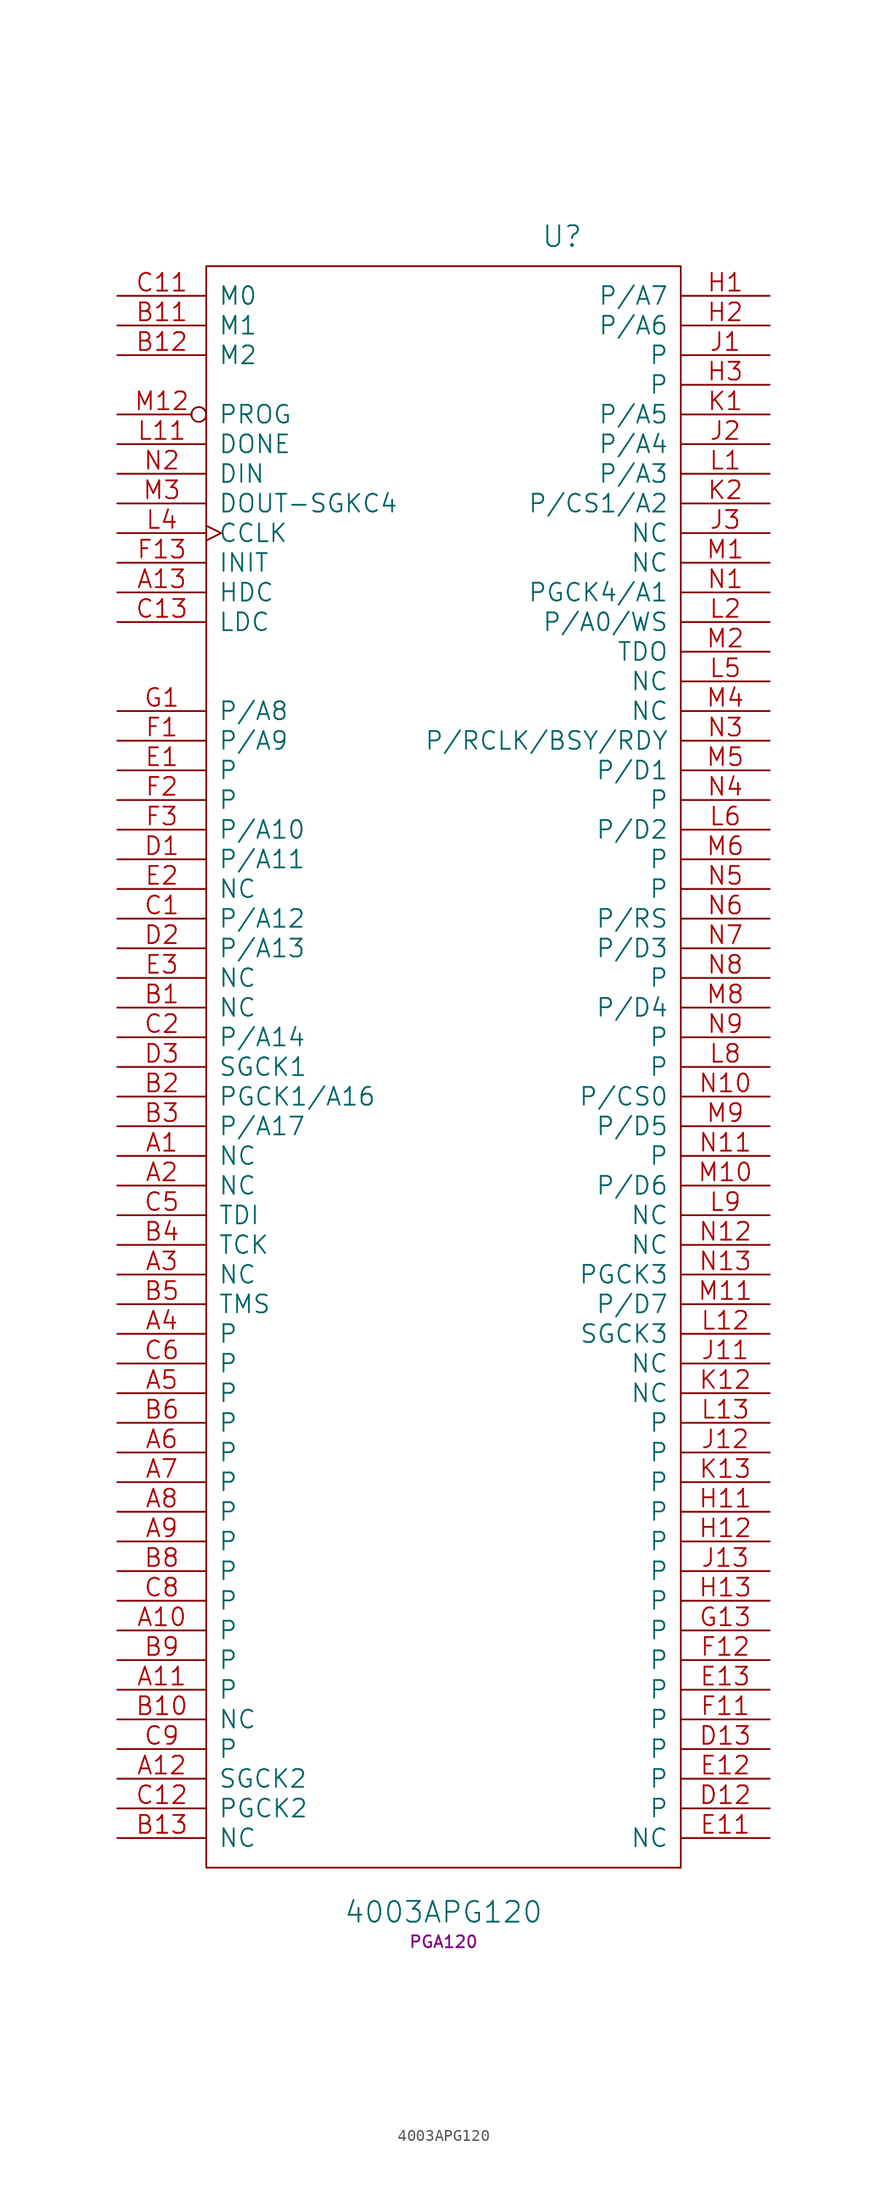
<source format=kicad_sym>
(kicad_symbol_lib
  (version 20241209)
  (generator "kicad_symbol_editor")
  (generator_version "9.0")
  (symbol "4003APG120"
    (pin_names
      (offset 1.016))
    (property "Reference" "U"
      (at 10.16 71.12 0)
      (effects (font (size 1.778 1.778))))
    (property "Value" "4003APG120"
      (at 0 -72.39 0)
      (effects (font (size 1.778 1.778))))
    (property "Footprint" "PGA120"
      (at 0 -74.93 0)
      (effects (font (size 1.016 1.016))))
    (property "Datasheet" ""
      (at 10.16 71.12 0)
      (effects (font (size 1.524 1.524))))
    (symbol "4003APG120_0_1"
      (rectangle (start -20.32 -68.58) (end 20.32 68.58) (stroke (width 0) (type default)) (fill (type none))))
    (symbol "4003APG120_1_1"
      (pin input line (at -27.94 66.04 0) (length 7.62) (name "M0" (effects (font (size 1.524 1.524)))) (number "C11" (effects (font (size 1.524 1.524)))))
      (pin input line (at -27.94 63.5 0) (length 7.62) (name "M1" (effects (font (size 1.524 1.524)))) (number "B11" (effects (font (size 1.524 1.524)))))
      (pin input line (at -27.94 60.96 0) (length 7.62) (name "M2" (effects (font (size 1.524 1.524)))) (number "B12" (effects (font (size 1.524 1.524)))))
      (pin input inverted (at -27.94 55.88 0) (length 7.62) (name "PROG" (effects (font (size 1.524 1.524)))) (number "M12" (effects (font (size 1.524 1.524)))))
      (pin output line (at -27.94 53.34 0) (length 7.62) (name "DONE" (effects (font (size 1.524 1.524)))) (number "L11" (effects (font (size 1.524 1.524)))))
      (pin bidirectional line (at -27.94 50.8 0) (length 7.62) (name "DIN" (effects (font (size 1.524 1.524)))) (number "N2" (effects (font (size 1.524 1.524)))))
      (pin output line (at -27.94 48.26 0) (length 7.62) (name "DOUT-SGKC4" (effects (font (size 1.524 1.524)))) (number "M3" (effects (font (size 1.524 1.524)))))
      (pin input clock (at -27.94 45.72 0) (length 7.62) (name "CCLK" (effects (font (size 1.524 1.524)))) (number "L4" (effects (font (size 1.524 1.524)))))
      (pin bidirectional line (at -27.94 43.18 0) (length 7.62) (name "INIT" (effects (font (size 1.524 1.524)))) (number "F13" (effects (font (size 1.524 1.524)))))
      (pin output line (at -27.94 40.64 0) (length 7.62) (name "HDC" (effects (font (size 1.524 1.524)))) (number "A13" (effects (font (size 1.524 1.524)))))
      (pin output line (at -27.94 38.1 0) (length 7.62) (name "LDC" (effects (font (size 1.524 1.524)))) (number "C13" (effects (font (size 1.524 1.524)))))
      (pin passive line (at -27.94 30.48 0) (length 7.62) (name "P/A8" (effects (font (size 1.524 1.524)))) (number "G1" (effects (font (size 1.524 1.524)))))
      (pin passive line (at -27.94 27.94 0) (length 7.62) (name "P/A9" (effects (font (size 1.524 1.524)))) (number "F1" (effects (font (size 1.524 1.524)))))
      (pin passive line (at -27.94 25.4 0) (length 7.62) (name "P" (effects (font (size 1.524 1.524)))) (number "E1" (effects (font (size 1.524 1.524)))))
      (pin passive line (at -27.94 22.86 0) (length 7.62) (name "P" (effects (font (size 1.524 1.524)))) (number "F2" (effects (font (size 1.524 1.524)))))
      (pin passive line (at -27.94 20.32 0) (length 7.62) (name "P/A10" (effects (font (size 1.524 1.524)))) (number "F3" (effects (font (size 1.524 1.524)))))
      (pin passive line (at -27.94 17.78 0) (length 7.62) (name "P/A11" (effects (font (size 1.524 1.524)))) (number "D1" (effects (font (size 1.524 1.524)))))
      (pin passive line (at -27.94 15.24 0) (length 7.62) (name "NC" (effects (font (size 1.524 1.524)))) (number "E2" (effects (font (size 1.524 1.524)))))
      (pin passive line (at -27.94 12.7 0) (length 7.62) (name "P/A12" (effects (font (size 1.524 1.524)))) (number "C1" (effects (font (size 1.524 1.524)))))
      (pin passive line (at -27.94 10.16 0) (length 7.62) (name "P/A13" (effects (font (size 1.524 1.524)))) (number "D2" (effects (font (size 1.524 1.524)))))
      (pin passive line (at -27.94 7.62 0) (length 7.62) (name "NC" (effects (font (size 1.524 1.524)))) (number "E3" (effects (font (size 1.524 1.524)))))
      (pin passive line (at -27.94 5.08 0) (length 7.62) (name "NC" (effects (font (size 1.524 1.524)))) (number "B1" (effects (font (size 1.524 1.524)))))
      (pin passive line (at -27.94 2.54 0) (length 7.62) (name "P/A14" (effects (font (size 1.524 1.524)))) (number "C2" (effects (font (size 1.524 1.524)))))
      (pin passive line (at -27.94 0 0) (length 7.62) (name "SGCK1" (effects (font (size 1.524 1.524)))) (number "D3" (effects (font (size 1.524 1.524)))))
      (pin passive line (at -27.94 -2.54 0) (length 7.62) (name "PGCK1/A16" (effects (font (size 1.524 1.524)))) (number "B2" (effects (font (size 1.524 1.524)))))
      (pin passive line (at -27.94 -5.08 0) (length 7.62) (name "P/A17" (effects (font (size 1.524 1.524)))) (number "B3" (effects (font (size 1.524 1.524)))))
      (pin passive line (at -27.94 -7.62 0) (length 7.62) (name "NC" (effects (font (size 1.524 1.524)))) (number "A1" (effects (font (size 1.524 1.524)))))
      (pin passive line (at -27.94 -10.16 0) (length 7.62) (name "NC" (effects (font (size 1.524 1.524)))) (number "A2" (effects (font (size 1.524 1.524)))))
      (pin passive line (at -27.94 -12.7 0) (length 7.62) (name "TDI" (effects (font (size 1.524 1.524)))) (number "C5" (effects (font (size 1.524 1.524)))))
      (pin passive line (at -27.94 -15.24 0) (length 7.62) (name "TCK" (effects (font (size 1.524 1.524)))) (number "B4" (effects (font (size 1.524 1.524)))))
      (pin passive line (at -27.94 -17.78 0) (length 7.62) (name "NC" (effects (font (size 1.524 1.524)))) (number "A3" (effects (font (size 1.524 1.524)))))
      (pin passive line (at -27.94 -20.32 0) (length 7.62) (name "TMS" (effects (font (size 1.524 1.524)))) (number "B5" (effects (font (size 1.524 1.524)))))
      (pin passive line (at -27.94 -22.86 0) (length 7.62) (name "P" (effects (font (size 1.524 1.524)))) (number "A4" (effects (font (size 1.524 1.524)))))
      (pin passive line (at -27.94 -25.4 0) (length 7.62) (name "P" (effects (font (size 1.524 1.524)))) (number "C6" (effects (font (size 1.524 1.524)))))
      (pin passive line (at -27.94 -27.94 0) (length 7.62) (name "P" (effects (font (size 1.524 1.524)))) (number "A5" (effects (font (size 1.524 1.524)))))
      (pin passive line (at -27.94 -30.48 0) (length 7.62) (name "P" (effects (font (size 1.524 1.524)))) (number "B6" (effects (font (size 1.524 1.524)))))
      (pin passive line (at -27.94 -33.02 0) (length 7.62) (name "P" (effects (font (size 1.524 1.524)))) (number "A6" (effects (font (size 1.524 1.524)))))
      (pin passive line (at -27.94 -35.56 0) (length 7.62) (name "P" (effects (font (size 1.524 1.524)))) (number "A7" (effects (font (size 1.524 1.524)))))
      (pin passive line (at -27.94 -38.1 0) (length 7.62) (name "P" (effects (font (size 1.524 1.524)))) (number "A8" (effects (font (size 1.524 1.524)))))
      (pin passive line (at -27.94 -40.64 0) (length 7.62) (name "P" (effects (font (size 1.524 1.524)))) (number "A9" (effects (font (size 1.524 1.524)))))
      (pin passive line (at -27.94 -43.18 0) (length 7.62) (name "P" (effects (font (size 1.524 1.524)))) (number "B8" (effects (font (size 1.524 1.524)))))
      (pin passive line (at -27.94 -45.72 0) (length 7.62) (name "P" (effects (font (size 1.524 1.524)))) (number "C8" (effects (font (size 1.524 1.524)))))
      (pin passive line (at -27.94 -48.26 0) (length 7.62) (name "P" (effects (font (size 1.524 1.524)))) (number "A10" (effects (font (size 1.524 1.524)))))
      (pin passive line (at -27.94 -50.8 0) (length 7.62) (name "P" (effects (font (size 1.524 1.524)))) (number "B9" (effects (font (size 1.524 1.524)))))
      (pin passive line (at -27.94 -53.34 0) (length 7.62) (name "P" (effects (font (size 1.524 1.524)))) (number "A11" (effects (font (size 1.524 1.524)))))
      (pin passive line (at -27.94 -55.88 0) (length 7.62) (name "NC" (effects (font (size 1.524 1.524)))) (number "B10" (effects (font (size 1.524 1.524)))))
      (pin passive line (at -27.94 -58.42 0) (length 7.62) (name "P" (effects (font (size 1.524 1.524)))) (number "C9" (effects (font (size 1.524 1.524)))))
      (pin passive line (at -27.94 -60.96 0) (length 7.62) (name "SGCK2" (effects (font (size 1.524 1.524)))) (number "A12" (effects (font (size 1.524 1.524)))))
      (pin passive line (at -27.94 -63.5 0) (length 7.62) (name "PGCK2" (effects (font (size 1.524 1.524)))) (number "C12" (effects (font (size 1.524 1.524)))))
      (pin passive line (at -27.94 -66.04 0) (length 7.62) (name "NC" (effects (font (size 1.524 1.524)))) (number "B13" (effects (font (size 1.524 1.524)))))
      (pin power_in line (at -10.16 68.58 270) (length 0) (hide yes) (name "VCC" (effects (font (size 1.524 1.524)))) (number "D11" (effects (font (size 1.524 1.524)))))
      (pin power_in line (at -10.16 -68.58 90) (length 0) (hide yes) (name "GND" (effects (font (size 1.524 1.524)))) (number "C4" (effects (font (size 1.524 1.524)))))
      (pin power_in line (at -7.62 68.58 270) (length 0) (hide yes) (name "VCC" (effects (font (size 1.524 1.524)))) (number "C3" (effects (font (size 1.524 1.524)))))
      (pin power_in line (at -7.62 -68.58 90) (length 0) (hide yes) (name "GND" (effects (font (size 1.524 1.524)))) (number "B7" (effects (font (size 1.524 1.524)))))
      (pin power_in line (at -5.08 68.58 270) (length 0) (hide yes) (name "VCC" (effects (font (size 1.524 1.524)))) (number "G12" (effects (font (size 1.524 1.524)))))
      (pin power_in line (at -5.08 -68.58 90) (length 0) (hide yes) (name "GND" (effects (font (size 1.524 1.524)))) (number "C10" (effects (font (size 1.524 1.524)))))
      (pin power_in line (at -2.54 68.58 270) (length 0) (hide yes) (name "VCC" (effects (font (size 1.524 1.524)))) (number "L10" (effects (font (size 1.524 1.524)))))
      (pin power_in line (at -2.54 -68.58 90) (length 0) (hide yes) (name "GND" (effects (font (size 1.524 1.524)))) (number "G11" (effects (font (size 1.524 1.524)))))
      (pin power_in line (at 0 68.58 270) (length 0) (hide yes) (name "VCC" (effects (font (size 1.524 1.524)))) (number "M7" (effects (font (size 1.524 1.524)))))
      (pin power_in line (at 0 -68.58 90) (length 0) (hide yes) (name "GND" (effects (font (size 1.524 1.524)))) (number "K11" (effects (font (size 1.524 1.524)))))
      (pin power_in line (at 2.54 68.58 270) (length 0) (hide yes) (name "VCC" (effects (font (size 1.524 1.524)))) (number "L3" (effects (font (size 1.524 1.524)))))
      (pin power_in line (at 2.54 -68.58 90) (length 0) (hide yes) (name "GND" (effects (font (size 1.524 1.524)))) (number "L7" (effects (font (size 1.524 1.524)))))
      (pin power_in line (at 5.08 -68.58 90) (length 0) (hide yes) (name "GND" (effects (font (size 1.524 1.524)))) (number "K3" (effects (font (size 1.524 1.524)))))
      (pin power_in line (at 7.62 -68.58 90) (length 0) (hide yes) (name "GND" (effects (font (size 1.524 1.524)))) (number "G2" (effects (font (size 1.524 1.524)))))
      (pin passive line (at 27.94 66.04 180) (length 7.62) (name "P/A7" (effects (font (size 1.524 1.524)))) (number "H1" (effects (font (size 1.524 1.524)))))
      (pin passive line (at 27.94 63.5 180) (length 7.62) (name "P/A6" (effects (font (size 1.524 1.524)))) (number "H2" (effects (font (size 1.524 1.524)))))
      (pin passive line (at 27.94 60.96 180) (length 7.62) (name "P" (effects (font (size 1.524 1.524)))) (number "J1" (effects (font (size 1.524 1.524)))))
      (pin passive line (at 27.94 58.42 180) (length 7.62) (name "P" (effects (font (size 1.524 1.524)))) (number "H3" (effects (font (size 1.524 1.524)))))
      (pin passive line (at 27.94 55.88 180) (length 7.62) (name "P/A5" (effects (font (size 1.524 1.524)))) (number "K1" (effects (font (size 1.524 1.524)))))
      (pin passive line (at 27.94 53.34 180) (length 7.62) (name "P/A4" (effects (font (size 1.524 1.524)))) (number "J2" (effects (font (size 1.524 1.524)))))
      (pin passive line (at 27.94 50.8 180) (length 7.62) (name "P/A3" (effects (font (size 1.524 1.524)))) (number "L1" (effects (font (size 1.524 1.524)))))
      (pin passive line (at 27.94 48.26 180) (length 7.62) (name "P/CS1/A2" (effects (font (size 1.524 1.524)))) (number "K2" (effects (font (size 1.524 1.524)))))
      (pin passive line (at 27.94 45.72 180) (length 7.62) (name "NC" (effects (font (size 1.524 1.524)))) (number "J3" (effects (font (size 1.524 1.524)))))
      (pin passive line (at 27.94 43.18 180) (length 7.62) (name "NC" (effects (font (size 1.524 1.524)))) (number "M1" (effects (font (size 1.524 1.524)))))
      (pin passive line (at 27.94 40.64 180) (length 7.62) (name "PGCK4/A1" (effects (font (size 1.524 1.524)))) (number "N1" (effects (font (size 1.524 1.524)))))
      (pin passive line (at 27.94 38.1 180) (length 7.62) (name "P/A0/WS" (effects (font (size 1.524 1.524)))) (number "L2" (effects (font (size 1.524 1.524)))))
      (pin passive line (at 27.94 35.56 180) (length 7.62) (name "TDO" (effects (font (size 1.524 1.524)))) (number "M2" (effects (font (size 1.524 1.524)))))
      (pin passive line (at 27.94 33.02 180) (length 7.62) (name "NC" (effects (font (size 1.524 1.524)))) (number "L5" (effects (font (size 1.524 1.524)))))
      (pin passive line (at 27.94 30.48 180) (length 7.62) (name "NC" (effects (font (size 1.524 1.524)))) (number "M4" (effects (font (size 1.524 1.524)))))
      (pin passive line (at 27.94 27.94 180) (length 7.62) (name "P/RCLK/BSY/RDY" (effects (font (size 1.524 1.524)))) (number "N3" (effects (font (size 1.524 1.524)))))
      (pin passive line (at 27.94 25.4 180) (length 7.62) (name "P/D1" (effects (font (size 1.524 1.524)))) (number "M5" (effects (font (size 1.524 1.524)))))
      (pin passive line (at 27.94 22.86 180) (length 7.62) (name "P" (effects (font (size 1.524 1.524)))) (number "N4" (effects (font (size 1.524 1.524)))))
      (pin passive line (at 27.94 20.32 180) (length 7.62) (name "P/D2" (effects (font (size 1.524 1.524)))) (number "L6" (effects (font (size 1.524 1.524)))))
      (pin passive line (at 27.94 17.78 180) (length 7.62) (name "P" (effects (font (size 1.524 1.524)))) (number "M6" (effects (font (size 1.524 1.524)))))
      (pin passive line (at 27.94 15.24 180) (length 7.62) (name "P" (effects (font (size 1.524 1.524)))) (number "N5" (effects (font (size 1.524 1.524)))))
      (pin passive line (at 27.94 12.7 180) (length 7.62) (name "P/RS" (effects (font (size 1.524 1.524)))) (number "N6" (effects (font (size 1.524 1.524)))))
      (pin passive line (at 27.94 10.16 180) (length 7.62) (name "P/D3" (effects (font (size 1.524 1.524)))) (number "N7" (effects (font (size 1.524 1.524)))))
      (pin passive line (at 27.94 7.62 180) (length 7.62) (name "P" (effects (font (size 1.524 1.524)))) (number "N8" (effects (font (size 1.524 1.524)))))
      (pin passive line (at 27.94 5.08 180) (length 7.62) (name "P/D4" (effects (font (size 1.524 1.524)))) (number "M8" (effects (font (size 1.524 1.524)))))
      (pin passive line (at 27.94 2.54 180) (length 7.62) (name "P" (effects (font (size 1.524 1.524)))) (number "N9" (effects (font (size 1.524 1.524)))))
      (pin passive line (at 27.94 0 180) (length 7.62) (name "P" (effects (font (size 1.524 1.524)))) (number "L8" (effects (font (size 1.524 1.524)))))
      (pin passive line (at 27.94 -2.54 180) (length 7.62) (name "P/CS0" (effects (font (size 1.524 1.524)))) (number "N10" (effects (font (size 1.524 1.524)))))
      (pin passive line (at 27.94 -5.08 180) (length 7.62) (name "P/D5" (effects (font (size 1.524 1.524)))) (number "M9" (effects (font (size 1.524 1.524)))))
      (pin passive line (at 27.94 -7.62 180) (length 7.62) (name "P" (effects (font (size 1.524 1.524)))) (number "N11" (effects (font (size 1.524 1.524)))))
      (pin passive line (at 27.94 -10.16 180) (length 7.62) (name "P/D6" (effects (font (size 1.524 1.524)))) (number "M10" (effects (font (size 1.524 1.524)))))
      (pin passive line (at 27.94 -12.7 180) (length 7.62) (name "NC" (effects (font (size 1.524 1.524)))) (number "L9" (effects (font (size 1.524 1.524)))))
      (pin passive line (at 27.94 -15.24 180) (length 7.62) (name "NC" (effects (font (size 1.524 1.524)))) (number "N12" (effects (font (size 1.524 1.524)))))
      (pin passive line (at 27.94 -17.78 180) (length 7.62) (name "PGCK3" (effects (font (size 1.524 1.524)))) (number "N13" (effects (font (size 1.524 1.524)))))
      (pin passive line (at 27.94 -20.32 180) (length 7.62) (name "P/D7" (effects (font (size 1.524 1.524)))) (number "M11" (effects (font (size 1.524 1.524)))))
      (pin passive line (at 27.94 -22.86 180) (length 7.62) (name "SGCK3" (effects (font (size 1.524 1.524)))) (number "L12" (effects (font (size 1.524 1.524)))))
      (pin passive line (at 27.94 -25.4 180) (length 7.62) (name "NC" (effects (font (size 1.524 1.524)))) (number "J11" (effects (font (size 1.524 1.524)))))
      (pin passive line (at 27.94 -27.94 180) (length 7.62) (name "NC" (effects (font (size 1.524 1.524)))) (number "K12" (effects (font (size 1.524 1.524)))))
      (pin passive line (at 27.94 -30.48 180) (length 7.62) (name "P" (effects (font (size 1.524 1.524)))) (number "L13" (effects (font (size 1.524 1.524)))))
      (pin passive line (at 27.94 -33.02 180) (length 7.62) (name "P" (effects (font (size 1.524 1.524)))) (number "J12" (effects (font (size 1.524 1.524)))))
      (pin passive line (at 27.94 -35.56 180) (length 7.62) (name "P" (effects (font (size 1.524 1.524)))) (number "K13" (effects (font (size 1.524 1.524)))))
      (pin passive line (at 27.94 -38.1 180) (length 7.62) (name "P" (effects (font (size 1.524 1.524)))) (number "H11" (effects (font (size 1.524 1.524)))))
      (pin passive line (at 27.94 -40.64 180) (length 7.62) (name "P" (effects (font (size 1.524 1.524)))) (number "H12" (effects (font (size 1.524 1.524)))))
      (pin passive line (at 27.94 -43.18 180) (length 7.62) (name "P" (effects (font (size 1.524 1.524)))) (number "J13" (effects (font (size 1.524 1.524)))))
      (pin passive line (at 27.94 -45.72 180) (length 7.62) (name "P" (effects (font (size 1.524 1.524)))) (number "H13" (effects (font (size 1.524 1.524)))))
      (pin passive line (at 27.94 -48.26 180) (length 7.62) (name "P" (effects (font (size 1.524 1.524)))) (number "G13" (effects (font (size 1.524 1.524)))))
      (pin bidirectional line (at 27.94 -50.8 180) (length 7.62) (name "P" (effects (font (size 1.524 1.524)))) (number "F12" (effects (font (size 1.524 1.524)))))
      (pin passive line (at 27.94 -53.34 180) (length 7.62) (name "P" (effects (font (size 1.524 1.524)))) (number "E13" (effects (font (size 1.524 1.524)))))
      (pin passive line (at 27.94 -55.88 180) (length 7.62) (name "P" (effects (font (size 1.524 1.524)))) (number "F11" (effects (font (size 1.524 1.524)))))
      (pin passive line (at 27.94 -58.42 180) (length 7.62) (name "P" (effects (font (size 1.524 1.524)))) (number "D13" (effects (font (size 1.524 1.524)))))
      (pin passive line (at 27.94 -60.96 180) (length 7.62) (name "P" (effects (font (size 1.524 1.524)))) (number "E12" (effects (font (size 1.524 1.524)))))
      (pin passive line (at 27.94 -63.5 180) (length 7.62) (name "P" (effects (font (size 1.524 1.524)))) (number "D12" (effects (font (size 1.524 1.524)))))
      (pin passive line (at 27.94 -66.04 180) (length 7.62) (name "NC" (effects (font (size 1.524 1.524)))) (number "E11" (effects (font (size 1.524 1.524))))))))
</source>
